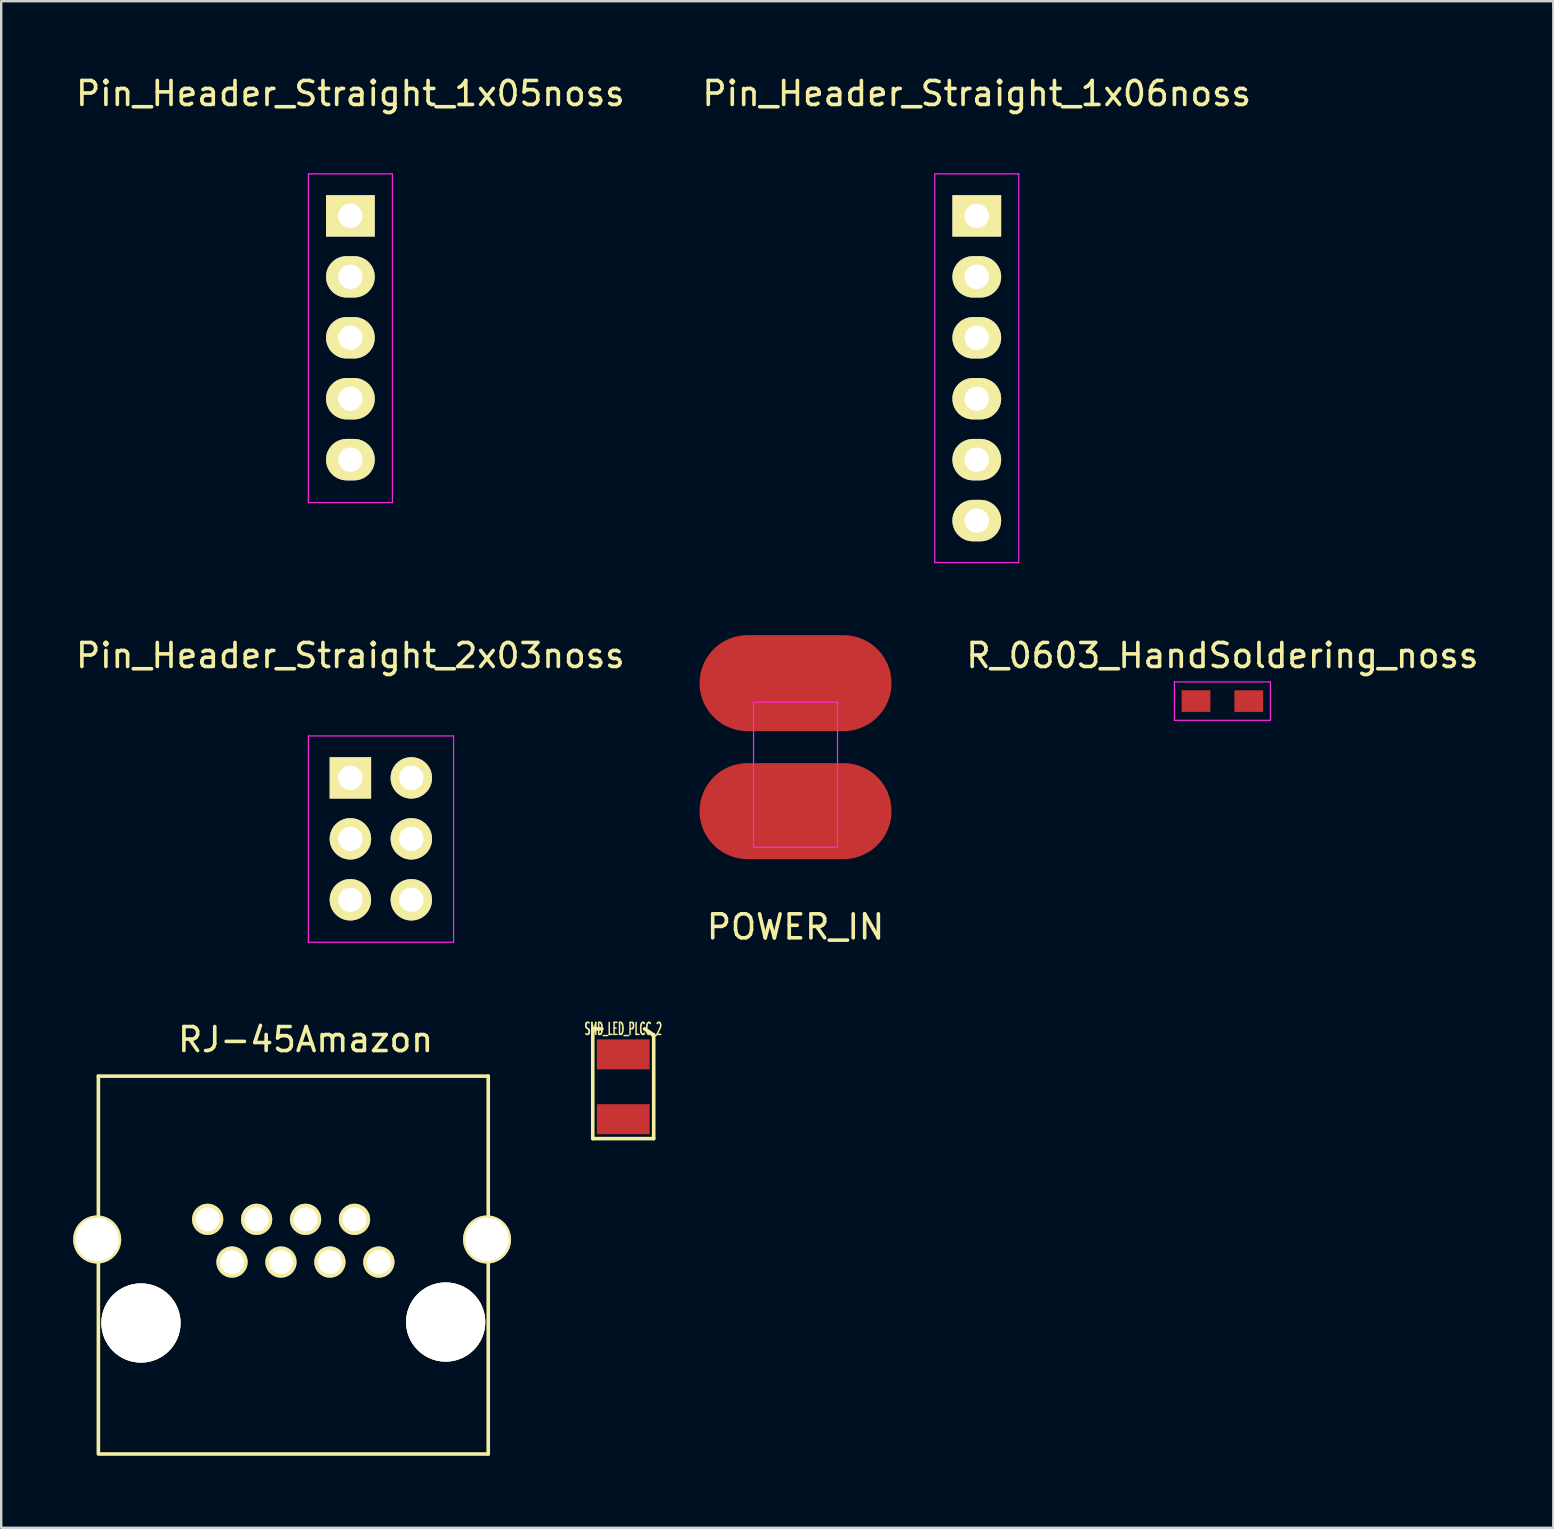
<source format=kicad_pcb>
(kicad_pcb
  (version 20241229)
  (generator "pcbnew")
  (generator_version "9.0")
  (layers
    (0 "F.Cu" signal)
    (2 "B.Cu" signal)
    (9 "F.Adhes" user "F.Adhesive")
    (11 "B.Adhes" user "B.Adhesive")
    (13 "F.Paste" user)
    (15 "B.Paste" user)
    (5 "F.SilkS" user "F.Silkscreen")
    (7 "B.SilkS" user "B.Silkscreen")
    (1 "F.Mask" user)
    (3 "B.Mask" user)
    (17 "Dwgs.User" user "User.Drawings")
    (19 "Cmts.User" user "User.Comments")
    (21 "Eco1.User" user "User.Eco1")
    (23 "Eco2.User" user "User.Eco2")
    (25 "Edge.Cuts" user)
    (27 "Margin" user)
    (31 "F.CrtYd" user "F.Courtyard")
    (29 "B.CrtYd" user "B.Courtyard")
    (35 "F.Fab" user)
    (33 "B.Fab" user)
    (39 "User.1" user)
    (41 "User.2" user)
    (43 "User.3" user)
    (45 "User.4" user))
  (footprint "R_0603_HandSoldering_noss"
    (layer "F.Cu")
    (at 47.899 26.172)
    (property "Reference" "R_0603_HandSoldering_noss" (at 0 -1.9 0) (layer "F.SilkS") (effects (font (size 1 1) (thickness 0.15))))
    (attr smd)
    (fp_line (start -2 -0.8) (end -2 0.8) (stroke (width 0.05) (type solid)) (layer "F.CrtYd"))
    (fp_line (start -2 -0.8) (end 2 -0.8) (stroke (width 0.05) (type solid)) (layer "F.CrtYd"))
    (fp_line (start -2 0.8) (end 2 0.8) (stroke (width 0.05) (type solid)) (layer "F.CrtYd"))
    (fp_line (start 2 -0.8) (end 2 0.8) (stroke (width 0.05) (type solid)) (layer "F.CrtYd"))
    (pad "1" smd rect (at -1.1 0) (size 1.2 0.9) (layers "F.Cu" "F.Mask" "F.Paste"))
    (pad "2" smd rect (at 1.1 0) (size 1.2 0.9) (layers "F.Cu" "F.Mask" "F.Paste")))
  (footprint "Pin_Header_Straight_1x05noss"
    (layer "F.Cu")
    (at 11.554 5.948)
    (property "Reference" "Pin_Header_Straight_1x05noss" (at 0 -5.1 0) (layer "F.SilkS") (effects (font (size 1 1) (thickness 0.15))))
    (attr through_hole)
    (fp_line (start -1.75 -1.75) (end -1.75 11.95) (stroke (width 0.05) (type solid)) (layer "F.CrtYd"))
    (fp_line (start -1.75 -1.75) (end 1.75 -1.75) (stroke (width 0.05) (type solid)) (layer "F.CrtYd"))
    (fp_line (start -1.75 11.95) (end 1.75 11.95) (stroke (width 0.05) (type solid)) (layer "F.CrtYd"))
    (fp_line (start 1.75 -1.75) (end 1.75 11.95) (stroke (width 0.05) (type solid)) (layer "F.CrtYd"))
    (pad "GND" thru_hole oval (at 0 10.16) (size 2.032 1.727) (drill 1.016) (layers "*.Cu" "*.Mask" "F.SilkS"))
    (pad "N/C" thru_hole oval (at 0 7.62) (size 2.032 1.727) (drill 1.016) (layers "*.Cu" "*.Mask" "F.SilkS"))
    (pad "SCL" thru_hole oval (at 0 5.08) (size 2.032 1.727) (drill 1.016) (layers "*.Cu" "*.Mask" "F.SilkS"))
    (pad "SDA" thru_hole oval (at 0 2.54) (size 2.032 1.727) (drill 1.016) (layers "*.Cu" "*.Mask" "F.SilkS"))
    (pad "VCC" thru_hole rect (at 0 0) (size 2.032 1.727) (drill 1.016) (layers "*.Cu" "*.Mask" "F.SilkS")))
  (footprint "Pin_Header_Straight_1x06noss"
    (layer "F.Cu")
    (at 37.661 5.948)
    (property "Reference" "Pin_Header_Straight_1x06noss" (at 0 -5.1 0) (layer "F.SilkS") (effects (font (size 1 1) (thickness 0.15))))
    (attr through_hole)
    (fp_line (start -1.75 -1.75) (end -1.75 14.45) (stroke (width 0.05) (type solid)) (layer "F.CrtYd"))
    (fp_line (start -1.75 -1.75) (end 1.75 -1.75) (stroke (width 0.05) (type solid)) (layer "F.CrtYd"))
    (fp_line (start -1.75 14.45) (end 1.75 14.45) (stroke (width 0.05) (type solid)) (layer "F.CrtYd"))
    (fp_line (start 1.75 -1.75) (end 1.75 14.45) (stroke (width 0.05) (type solid)) (layer "F.CrtYd"))
    (pad "1" thru_hole rect (at 0 0) (size 2.032 1.727) (drill 1.016) (layers "*.Cu" "*.Mask" "F.SilkS"))
    (pad "2" thru_hole oval (at 0 2.54) (size 2.032 1.727) (drill 1.016) (layers "*.Cu" "*.Mask" "F.SilkS"))
    (pad "3" thru_hole oval (at 0 5.08) (size 2.032 1.727) (drill 1.016) (layers "*.Cu" "*.Mask" "F.SilkS"))
    (pad "4" thru_hole oval (at 0 7.62) (size 2.032 1.727) (drill 1.016) (layers "*.Cu" "*.Mask" "F.SilkS"))
    (pad "5" thru_hole oval (at 0 10.16) (size 2.032 1.727) (drill 1.016) (layers "*.Cu" "*.Mask" "F.SilkS"))
    (pad "6" thru_hole oval (at 0 12.7) (size 2.032 1.727) (drill 1.016) (layers "*.Cu" "*.Mask" "F.SilkS")))
  (footprint "SMD_LED_PLCC_2"
    (layer "F.Cu")
    (at 22.926 42.247)
    (property "Reference" "SMD_LED_PLCC_2" (at 0 -2.413 180) (layer "F.SilkS") (effects (font (size 0.5 0.25) (thickness 0.062))))
    (attr through_hole)
    (fp_line (start -1.27 -2.413) (end -0.889 -2.413) (stroke (width 0.15) (type solid)) (layer "F.SilkS"))
    (fp_line (start -1.27 -2.286) (end -1.27 -2.413) (stroke (width 0.15) (type solid)) (layer "F.SilkS"))
    (fp_line (start -1.27 2.159) (end -1.27 -2.286) (stroke (width 0.15) (type solid)) (layer "F.SilkS"))
    (fp_line (start 1.27 -2.159) (end 0.889 -2.413) (stroke (width 0.15) (type solid)) (layer "F.SilkS"))
    (fp_line (start 1.27 -2.159) (end 1.27 2.159) (stroke (width 0.15) (type solid)) (layer "F.SilkS"))
    (fp_line (start 1.27 2.159) (end -1.27 2.159) (stroke (width 0.15) (type solid)) (layer "F.SilkS"))
    (pad "1" smd rect (at 0 1.35) (size 2.2 1.25) (layers "F.Cu" "F.Mask" "F.Paste"))
    (pad "2" smd rect (at 0 -1.35) (size 2.2 1.25) (layers "F.Cu" "F.Mask" "F.Paste")))
  (footprint "Pin_Header_Straight_2x03noss"
    (layer "F.Cu")
    (at 11.554 29.372)
    (property "Reference" "Pin_Header_Straight_2x03noss" (at 0 -5.1 0) (layer "F.SilkS") (effects (font (size 1 1) (thickness 0.15))))
    (attr through_hole)
    (fp_line (start -1.75 -1.75) (end -1.75 6.85) (stroke (width 0.05) (type solid)) (layer "F.CrtYd"))
    (fp_line (start -1.75 -1.75) (end 4.3 -1.75) (stroke (width 0.05) (type solid)) (layer "F.CrtYd"))
    (fp_line (start -1.75 6.85) (end 4.3 6.85) (stroke (width 0.05) (type solid)) (layer "F.CrtYd"))
    (fp_line (start 4.3 -1.75) (end 4.3 6.85) (stroke (width 0.05) (type solid)) (layer "F.CrtYd"))
    (pad "1" thru_hole rect (at 0 0) (size 1.727 1.727) (drill 1.016) (layers "*.Cu" "*.Mask" "F.SilkS"))
    (pad "2" thru_hole oval (at 2.54 0) (size 1.727 1.727) (drill 1.016) (layers "*.Cu" "*.Mask" "F.SilkS"))
    (pad "3" thru_hole oval (at 0 2.54) (size 1.727 1.727) (drill 1.016) (layers "*.Cu" "*.Mask" "F.SilkS"))
    (pad "4" thru_hole oval (at 2.54 2.54) (size 1.727 1.727) (drill 1.016) (layers "*.Cu" "*.Mask" "F.SilkS"))
    (pad "5" thru_hole oval (at 0 5.08) (size 1.727 1.727) (drill 1.016) (layers "*.Cu" "*.Mask" "F.SilkS"))
    (pad "6" thru_hole oval (at 2.54 5.08) (size 1.727 1.727) (drill 1.016) (layers "*.Cu" "*.Mask" "F.SilkS")))
  (footprint "RJ-45Amazon"
    (layer "F.Cu")
    (at 9 48.402)
    (property "Reference" "RJ-45Amazon" (at 0.686 -8.122 0) (layer "F.SilkS") (effects (font (size 1 1) (thickness 0.15))))
    (attr through_hole)
    (fp_line (start -7.95 -6.6) (end -7.95 9.1) (stroke (width 0.15) (type solid)) (layer "F.SilkS"))
    (fp_line (start -7.95 9.15) (end 8.3 9.15) (stroke (width 0.15) (type solid)) (layer "F.SilkS"))
    (fp_line (start 8.3 -6.6) (end -7.95 -6.6) (stroke (width 0.15) (type solid)) (layer "F.SilkS"))
    (fp_line (start 8.3 9.15) (end 8.3 -6.6) (stroke (width 0.15) (type solid)) (layer "F.SilkS"))
    (pad "1" thru_hole circle (at 3.74 1.15) (size 1.3 1.3) (drill 1) (layers "*.Cu" "*.Mask" "F.SilkS"))
    (pad "2" thru_hole circle (at 2.725 -0.63) (size 1.3 1.3) (drill 1) (layers "*.Cu" "*.Mask" "F.SilkS"))
    (pad "3" thru_hole circle (at 1.7 1.15) (size 1.3 1.3) (drill 1) (layers "*.Cu" "*.Mask" "F.SilkS"))
    (pad "4" thru_hole circle (at 0.685 -0.63) (size 1.3 1.3) (drill 1) (layers "*.Cu" "*.Mask" "F.SilkS"))
    (pad "5" thru_hole circle (at -0.34 1.15) (size 1.3 1.3) (drill 1) (layers "*.Cu" "*.Mask" "F.SilkS"))
    (pad "6" thru_hole circle (at -1.355 -0.63) (size 1.3 1.3) (drill 1) (layers "*.Cu" "*.Mask" "F.SilkS"))
    (pad "7" thru_hole circle (at -2.38 1.15) (size 1.3 1.3) (drill 1) (layers "*.Cu" "*.Mask" "F.SilkS"))
    (pad "8" thru_hole circle (at -3.395 -0.63) (size 1.3 1.3) (drill 1) (layers "*.Cu" "*.Mask" "F.SilkS"))
    (pad "9" thru_hole circle (at -8 0.21) (size 2 2) (drill 1.8) (layers "*.Cu" "*.Mask" "F.SilkS"))
    (pad "9" thru_hole circle (at 8.25 0.21) (size 2 2) (drill 1.8) (layers "*.Cu" "*.Mask" "F.SilkS"))
    (pad "M1" thru_hole circle (at -6.175 3.69) (size 3.3 3.3) (drill 3.3) (layers "*.Cu" "*.Mask" "F.SilkS"))
    (pad "M2" thru_hole circle (at 6.525 3.65) (size 3.3 3.3) (drill 3.3) (layers "*.Cu" "*.Mask" "F.SilkS")))
  (footprint "POWER_IN"
    (layer "F.Cu")
    (at 30.107 27.963)
    (property "Reference" "POWER_IN" (at 0 7.62 0) (layer "F.SilkS") (effects (font (size 1 1) (thickness 0.15))))
    (attr through_hole)
    (fp_line (start -1.75 -1.75) (end -1.75 4.3) (stroke (width 0.05) (type solid)) (layer "F.CrtYd"))
    (fp_line (start -1.75 -1.75) (end 1.75 -1.75) (stroke (width 0.05) (type solid)) (layer "F.CrtYd"))
    (fp_line (start -1.75 4.3) (end 1.75 4.3) (stroke (width 0.05) (type solid)) (layer "F.CrtYd"))
    (fp_line (start 1.75 -1.75) (end 1.75 4.3) (stroke (width 0.05) (type solid)) (layer "F.CrtYd"))
    (pad "1" smd oval (at 0 -2.54) (size 8 4) (layers "F.Cu" "F.Mask" "F.Paste"))
    (pad "2" smd oval (at 0 2.794) (size 8 4) (layers "F.Cu" "F.Mask" "F.Paste")))
  (gr_rect
    (start -3 -3)
    (end 61.69 60.627)
    (stroke (width 0.1) (type default))
    (fill no)
    (layer "Edge.Cuts")))
</source>
